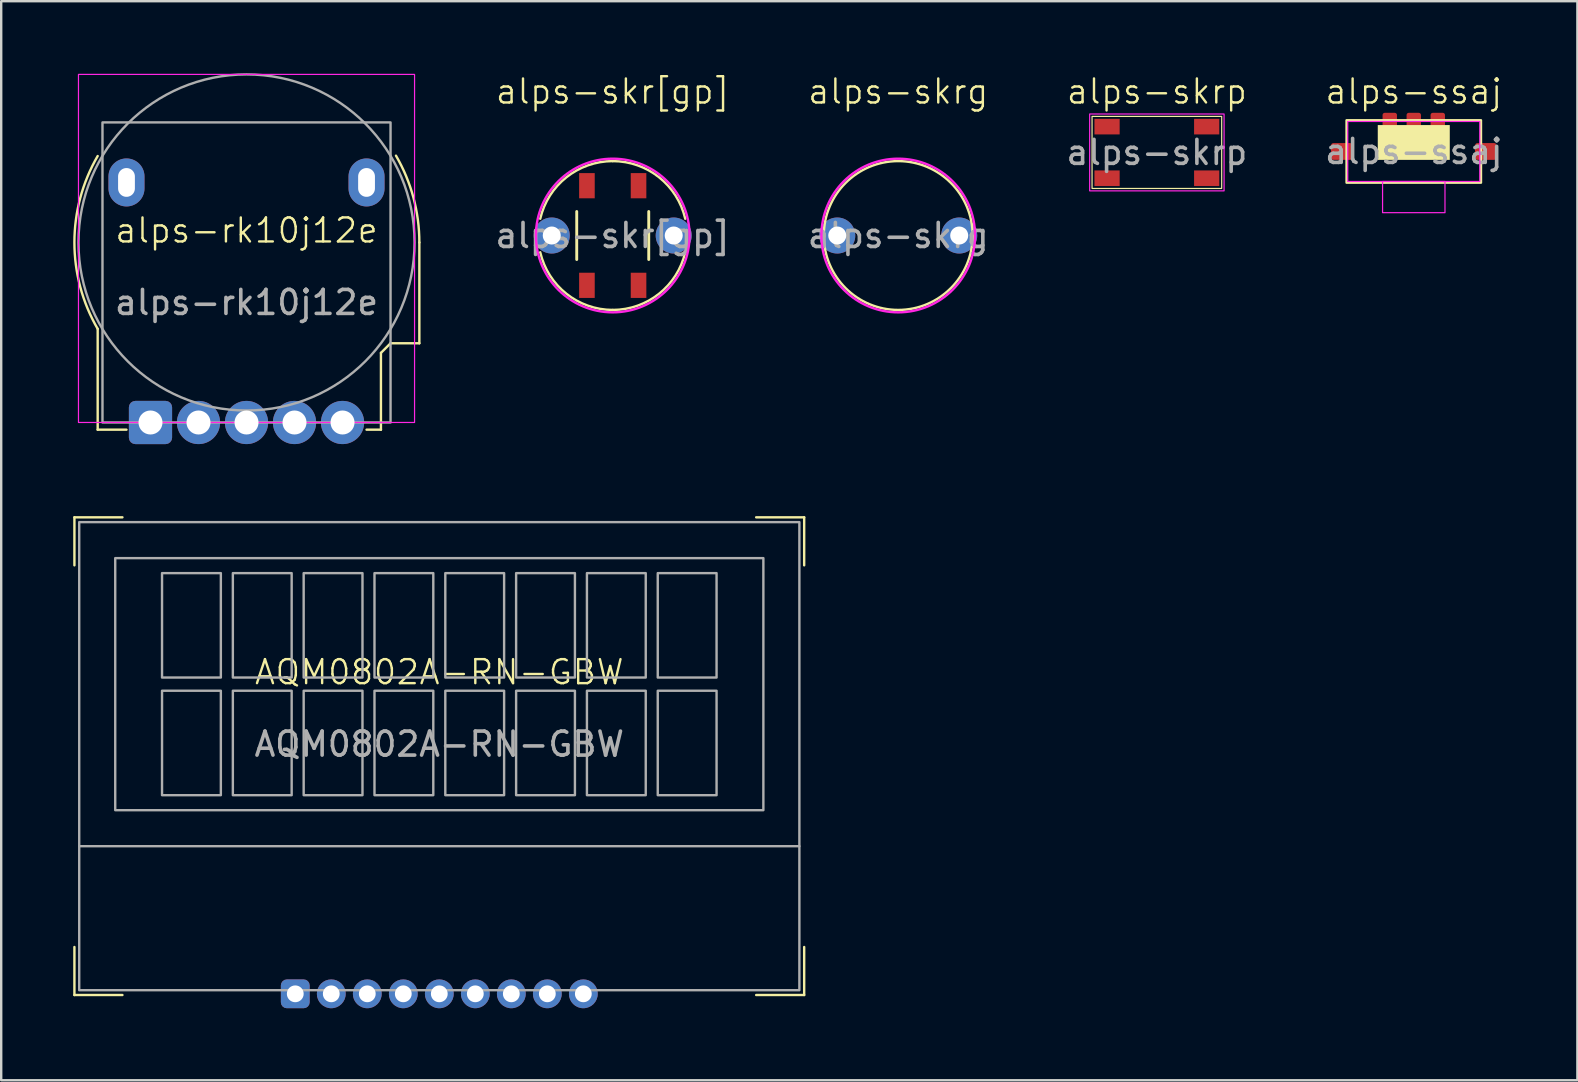
<source format=kicad_pcb>
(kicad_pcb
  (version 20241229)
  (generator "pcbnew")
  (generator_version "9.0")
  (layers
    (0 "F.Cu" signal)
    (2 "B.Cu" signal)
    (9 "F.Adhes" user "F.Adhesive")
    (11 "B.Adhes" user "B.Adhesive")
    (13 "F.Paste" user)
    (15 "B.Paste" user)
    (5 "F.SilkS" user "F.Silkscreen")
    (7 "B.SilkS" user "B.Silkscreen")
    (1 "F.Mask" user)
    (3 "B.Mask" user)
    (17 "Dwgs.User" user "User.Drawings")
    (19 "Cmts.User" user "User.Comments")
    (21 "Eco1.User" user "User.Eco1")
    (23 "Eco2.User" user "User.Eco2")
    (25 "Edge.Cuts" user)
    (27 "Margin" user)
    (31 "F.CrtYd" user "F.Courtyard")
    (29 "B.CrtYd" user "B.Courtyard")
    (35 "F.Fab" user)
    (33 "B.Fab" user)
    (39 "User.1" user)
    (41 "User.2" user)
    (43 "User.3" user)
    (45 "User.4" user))
  (footprint "alps-skr[gp]"
    (layer "F.Cu")
    (at 22.475 6.761)
    (property "Reference" "alps-skr[gp]" (at 0 -6 0) (unlocked yes) (layer "F.SilkS") (effects (font (size 1 1) (thickness 0.1))))
    (attr through_hole)
    (fp_line (start -1.5 -1) (end -1.5 1) (stroke (width 0.12) (type default)) (layer "F.SilkS"))
    (fp_line (start 1.5 -1) (end 1.5 1) (stroke (width 0.12) (type default)) (layer "F.SilkS"))
    (fp_arc (start -3.020613 -0.697064) (mid -1.929909 -2.425994) (end 0 -3.1) (stroke (width 0.1) (type default)) (layer "F.SilkS"))
    (fp_arc (start 0 -3.1) (mid 1.92991 -2.425994) (end 3.020613 -0.697064) (stroke (width 0.1) (type default)) (layer "F.SilkS"))
    (fp_arc (start 0 3.1) (mid -1.92991 2.425994) (end -3.020613 0.697064) (stroke (width 0.1) (type default)) (layer "F.SilkS"))
    (fp_arc (start 3.020613 0.697064) (mid 1.92991 2.425995) (end 0 3.1) (stroke (width 0.1) (type default)) (layer "F.SilkS"))
    (fp_circle (center 0 0) (end 3.2 0) (stroke (width 0.1) (type solid)) (fill no) (layer "F.CrtYd"))
    (fp_text user "${REFERENCE}" (at 0 0 0) (unlocked yes) (layer "F.Fab") (effects (font (size 1 1) (thickness 0.15))))
    (pad "1" thru_hole circle (at -2.54 0) (size 1.5 1.5) (drill 0.75) (layers "*.Cu" "*.Mask"))
    (pad "1" smd rect (at -1.075 -2.075 270) (size 1.05 0.65) (layers "F.Cu" "F.Mask" "F.Paste"))
    (pad "1" smd rect (at -1.075 2.075 270) (size 1.05 0.65) (layers "F.Cu" "F.Mask" "F.Paste"))
    (pad "2" smd rect (at 1.075 -2.075 270) (size 1.05 0.65) (layers "F.Cu" "F.Mask" "F.Paste"))
    (pad "2" smd rect (at 1.075 2.075 270) (size 1.05 0.65) (layers "F.Cu" "F.Mask" "F.Paste"))
    (pad "2" thru_hole circle (at 2.54 0) (size 1.5 1.5) (drill 0.75) (layers "*.Cu" "*.Mask")))
  (footprint "alps-rk10j12e"
    (layer "F.Cu")
    (at 7.219 7.05)
    (property "Reference" "alps-rk10j12e" (at 0 -0.5 0) (unlocked yes) (layer "F.SilkS") (effects (font (size 1 1) (thickness 0.1))))
    (attr through_hole)
    (fp_line (start -6.2 3.6) (end -6.2 7.8) (stroke (width 0.1) (type default)) (layer "F.SilkS"))
    (fp_line (start -6.2 7.8) (end -5 7.8) (stroke (width 0.1) (type default)) (layer "F.SilkS"))
    (fp_line (start 5.6 7.8) (end 5 7.8) (stroke (width 0.1) (type default)) (layer "F.SilkS"))
    (fp_line (start 5.6 7.8) (end 5.6 4.6) (stroke (width 0.1) (type default)) (layer "F.SilkS"))
    (fp_line (start 6 4.2) (end 5.6 4.6) (stroke (width 0.1) (type default)) (layer "F.SilkS"))
    (fp_line (start 7.2 4.2) (end 6 4.2) (stroke (width 0.1) (type default)) (layer "F.SilkS"))
    (fp_line (start 7.2 4.2) (end 7.2 0) (stroke (width 0.1) (type default)) (layer "F.SilkS"))
    (fp_arc (start -6.2 3.6) (mid -7.169379 0) (end -6.2 -3.6) (stroke (width 0.1) (type default)) (layer "F.SilkS"))
    (fp_arc (start 6.226481 -3.615376) (mid 6.952362 -1.872077) (end 7.2 0) (stroke (width 0.1) (type default)) (layer "F.SilkS"))
    (fp_rect (start -7 -7) (end 7 7.5) (stroke (width 0.05) (type default)) (fill no) (layer "F.CrtYd"))
    (fp_rect (start -6 -5) (end 6 7.5) (stroke (width 0.1) (type solid)) (fill no) (layer "F.Fab"))
    (fp_circle (center 0 0) (end 7 0) (stroke (width 0.1) (type solid)) (fill no) (layer "F.Fab"))
    (fp_text user "${REFERENCE}" (at 0 2.5 0) (unlocked yes) (layer "F.Fab") (effects (font (size 1 1) (thickness 0.15))))
    (pad "1" thru_hole roundrect (at -4 7.5) (size 1.8 1.8) (drill 1) (layers "*.Cu" "*.Mask") (roundrect_rratio 0.15))
    (pad "2" thru_hole circle (at 0 7.5) (size 1.8 1.8) (drill 1) (layers "*.Cu" "*.Mask"))
    (pad "2'" thru_hole circle (at -2 7.5) (size 1.8 1.8) (drill 1) (layers "*.Cu" "*.Mask"))
    (pad "3" thru_hole circle (at 2 7.5) (size 1.8 1.8) (drill 1) (layers "*.Cu" "*.Mask"))
    (pad "3'" thru_hole circle (at 4 7.5) (size 1.8 1.8) (drill 1) (layers "*.Cu" "*.Mask"))
    (pad "MP" thru_hole oval (at -5 -2.5) (size 1.5 2) (drill oval 0.7 1.2) (layers "*.Cu" "*.Mask"))
    (pad "MP" thru_hole oval (at 5 -2.5) (size 1.5 2) (drill oval 0.7 1.2) (layers "*.Cu" "*.Mask")))
  (footprint "alps-skrg"
    (layer "F.Cu")
    (at 34.368 6.761)
    (property "Reference" "alps-skrg" (at 0 -6 0) (unlocked yes) (layer "F.SilkS") (effects (font (size 1 1) (thickness 0.1))))
    (attr through_hole)
    (fp_circle (center 0 0) (end 3.1 0) (stroke (width 0.1) (type solid)) (fill no) (layer "F.SilkS"))
    (fp_circle (center 0 0) (end 3.2 0) (stroke (width 0.1) (type solid)) (fill no) (layer "F.CrtYd"))
    (fp_text user "${REFERENCE}" (at 0 0 0) (unlocked yes) (layer "F.Fab") (effects (font (size 1 1) (thickness 0.15))))
    (pad "1" thru_hole circle (at -2.54 0) (size 1.5 1.5) (drill 0.75) (layers "*.Cu" "*.Mask"))
    (pad "2" thru_hole circle (at 2.54 0) (size 1.5 1.5) (drill 0.75) (layers "*.Cu" "*.Mask")))
  (footprint "alps-ssaj"
    (layer "F.Cu")
    (at 55.844 3.26)
    (property "Reference" "alps-ssaj" (at 0 -2.5 0) (unlocked yes) (layer "F.SilkS") (effects (font (size 1 1) (thickness 0.1))))
    (attr smd)
    (fp_rect (start -2.8 -1.3) (end 2.8 1.3) (stroke (width 0.1) (type solid)) (fill no) (layer "F.SilkS"))
    (fp_rect (start -1.5 -1.1) (end 1.5 0.35) (stroke (width 0) (type solid)) (fill yes) (layer "F.SilkS"))
    (fp_rect (start -2.75 -1.25) (end 2.75 1.25) (stroke (width 0.05) (type solid)) (fill no) (layer "F.CrtYd"))
    (fp_rect (start -1.3 1.25) (end 1.3 2.55) (stroke (width 0.05) (type solid)) (fill no) (layer "F.CrtYd"))
    (fp_text user "${REFERENCE}" (at 0 0 0) (unlocked yes) (layer "F.Fab") (effects (font (size 1 1) (thickness 0.15))))
    (pad "" smd roundrect (at -3 0) (size 0.9 0.7) (layers "F.Cu" "F.Mask" "F.Paste") (roundrect_rratio 0.15))
    (pad "" smd roundrect (at 3 0) (size 0.9 0.7) (layers "F.Cu" "F.Mask" "F.Paste") (roundrect_rratio 0.15))
    (pad "1" smd roundrect (at -1 -1.06) (size 0.6 1.1) (layers "F.Cu" "F.Mask" "F.Paste") (roundrect_rratio 0.15))
    (pad "2" smd roundrect (at 0 -1.06) (size 0.6 1.1) (layers "F.Cu" "F.Mask" "F.Paste") (roundrect_rratio 0.15))
    (pad "3" smd roundrect (at 1 -1.06) (size 0.6 1.1) (layers "F.Cu" "F.Mask" "F.Paste") (roundrect_rratio 0.15)))
  (footprint "AQM0802A-RN-GBW"
    (layer "F.Cu")
    (at 15.25 25.45)
    (property "Reference" "AQM0802A-RN-GBW" (at 0 -0.5 0) (unlocked yes) (layer "F.SilkS") (effects (font (size 1 1) (thickness 0.1))))
    (attr through_hole)
    (fp_line (start -15.2 -6.95) (end -13.2 -6.95) (stroke (width 0.1) (type default)) (layer "F.SilkS"))
    (fp_line (start -15.2 -4.95) (end -15.2 -6.95) (stroke (width 0.1) (type default)) (layer "F.SilkS"))
    (fp_line (start -15.2 12.95) (end -15.2 10.95) (stroke (width 0.1) (type default)) (layer "F.SilkS"))
    (fp_line (start -13.2 12.95) (end -15.2 12.95) (stroke (width 0.1) (type default)) (layer "F.SilkS"))
    (fp_line (start 13.2 -6.95) (end 15.2 -6.95) (stroke (width 0.1) (type default)) (layer "F.SilkS"))
    (fp_line (start 15.2 -6.95) (end 15.2 -4.95) (stroke (width 0.1) (type default)) (layer "F.SilkS"))
    (fp_line (start 15.2 10.95) (end 15.2 12.95) (stroke (width 0.1) (type default)) (layer "F.SilkS"))
    (fp_line (start 15.2 12.95) (end 13.2 12.95) (stroke (width 0.1) (type default)) (layer "F.SilkS"))
    (fp_line (start 15 6.75) (end -15 6.75) (stroke (width 0.1) (type default)) (layer "F.Fab"))
    (fp_rect (start -15 -6.75) (end 15 12.75) (stroke (width 0.1) (type solid)) (fill no) (layer "F.Fab"))
    (fp_rect (start -13.5 -5.25) (end 13.5 5.25) (stroke (width 0.1) (type solid)) (fill no) (layer "F.Fab"))
    (fp_rect (start -11.55 -4.625) (end -9.1 -0.275) (stroke (width 0.1) (type solid)) (fill no) (layer "F.Fab"))
    (fp_rect (start -11.55 0.275) (end -9.1 4.625) (stroke (width 0.1) (type solid)) (fill no) (layer "F.Fab"))
    (fp_rect (start -8.6 -4.625) (end -6.15 -0.275) (stroke (width 0.1) (type solid)) (fill no) (layer "F.Fab"))
    (fp_rect (start -8.6 0.275) (end -6.15 4.625) (stroke (width 0.1) (type solid)) (fill no) (layer "F.Fab"))
    (fp_rect (start -5.65 -4.625) (end -3.2 -0.275) (stroke (width 0.1) (type solid)) (fill no) (layer "F.Fab"))
    (fp_rect (start -5.65 0.275) (end -3.2 4.625) (stroke (width 0.1) (type solid)) (fill no) (layer "F.Fab"))
    (fp_rect (start -2.7 -4.625) (end -0.25 -0.275) (stroke (width 0.1) (type solid)) (fill no) (layer "F.Fab"))
    (fp_rect (start -2.7 0.275) (end -0.25 4.625) (stroke (width 0.1) (type solid)) (fill no) (layer "F.Fab"))
    (fp_rect (start 0.25 -4.625) (end 2.7 -0.275) (stroke (width 0.1) (type solid)) (fill no) (layer "F.Fab"))
    (fp_rect (start 0.25 0.275) (end 2.7 4.625) (stroke (width 0.1) (type solid)) (fill no) (layer "F.Fab"))
    (fp_rect (start 3.2 -4.625) (end 5.65 -0.275) (stroke (width 0.1) (type solid)) (fill no) (layer "F.Fab"))
    (fp_rect (start 3.2 0.275) (end 5.65 4.625) (stroke (width 0.1) (type solid)) (fill no) (layer "F.Fab"))
    (fp_rect (start 6.15 -4.625) (end 8.6 -0.275) (stroke (width 0.1) (type solid)) (fill no) (layer "F.Fab"))
    (fp_rect (start 6.15 0.275) (end 8.6 4.625) (stroke (width 0.1) (type solid)) (fill no) (layer "F.Fab"))
    (fp_rect (start 9.1 -4.625) (end 11.55 -0.275) (stroke (width 0.1) (type solid)) (fill no) (layer "F.Fab"))
    (fp_rect (start 9.1 0.275) (end 11.55 4.625) (stroke (width 0.1) (type solid)) (fill no) (layer "F.Fab"))
    (fp_text user "${REFERENCE}" (at 0 2.5 0) (unlocked yes) (layer "F.Fab") (effects (font (size 1 1) (thickness 0.15))))
    (pad "1" thru_hole roundrect (at -6 12.9) (size 1.2 1.2) (drill 0.7) (layers "*.Cu" "*.Mask") (roundrect_rratio 0.208))
    (pad "2" thru_hole circle (at -4.5 12.9) (size 1.2 1.2) (drill 0.7) (layers "*.Cu" "*.Mask"))
    (pad "3" thru_hole circle (at -3 12.9) (size 1.2 1.2) (drill 0.7) (layers "*.Cu" "*.Mask"))
    (pad "4" thru_hole circle (at -1.5 12.9) (size 1.2 1.2) (drill 0.7) (layers "*.Cu" "*.Mask"))
    (pad "5" thru_hole circle (at 0 12.9) (size 1.2 1.2) (drill 0.7) (layers "*.Cu" "*.Mask"))
    (pad "6" thru_hole circle (at 1.5 12.9) (size 1.2 1.2) (drill 0.7) (layers "*.Cu" "*.Mask"))
    (pad "7" thru_hole circle (at 3 12.9) (size 1.2 1.2) (drill 0.7) (layers "*.Cu" "*.Mask"))
    (pad "8" thru_hole circle (at 4.5 12.9) (size 1.2 1.2) (drill 0.7) (layers "*.Cu" "*.Mask"))
    (pad "9" thru_hole circle (at 6 12.9) (size 1.2 1.2) (drill 0.7) (layers "*.Cu" "*.Mask")))
  (footprint "alps-skrp"
    (layer "F.Cu")
    (at 45.142 3.3)
    (property "Reference" "alps-skrp" (at 0 -2.54 0) (unlocked yes) (layer "F.SilkS") (effects (font (size 1 1) (thickness 0.1))))
    (attr smd)
    (fp_rect (start 2.7 1.5) (end -2.7 -1.5) (stroke (width 0.05) (type default)) (fill no) (layer "F.SilkS"))
    (fp_rect (start 2.8 1.6) (end -2.8 -1.6) (stroke (width 0.05) (type default)) (fill no) (layer "F.CrtYd"))
    (fp_text user "${REFERENCE}" (at 0 0 0) (unlocked yes) (layer "F.Fab") (effects (font (size 1 1) (thickness 0.15))))
    (pad "1" smd rect (at -2.075 1.075) (size 1.05 0.65) (layers "F.Cu" "F.Mask" "F.Paste"))
    (pad "1" smd rect (at 2.075 1.075) (size 1.05 0.65) (layers "F.Cu" "F.Mask" "F.Paste"))
    (pad "2" smd rect (at -2.075 -1.075) (size 1.05 0.65) (layers "F.Cu" "F.Mask" "F.Paste"))
    (pad "2" smd rect (at 2.075 -1.075) (size 1.05 0.65) (layers "F.Cu" "F.Mask" "F.Paste")))
  (gr_rect
    (start -3 -3)
    (end 62.66 41.95)
    (stroke (width 0.1) (type default))
    (fill no)
    (layer "Edge.Cuts")))
</source>
